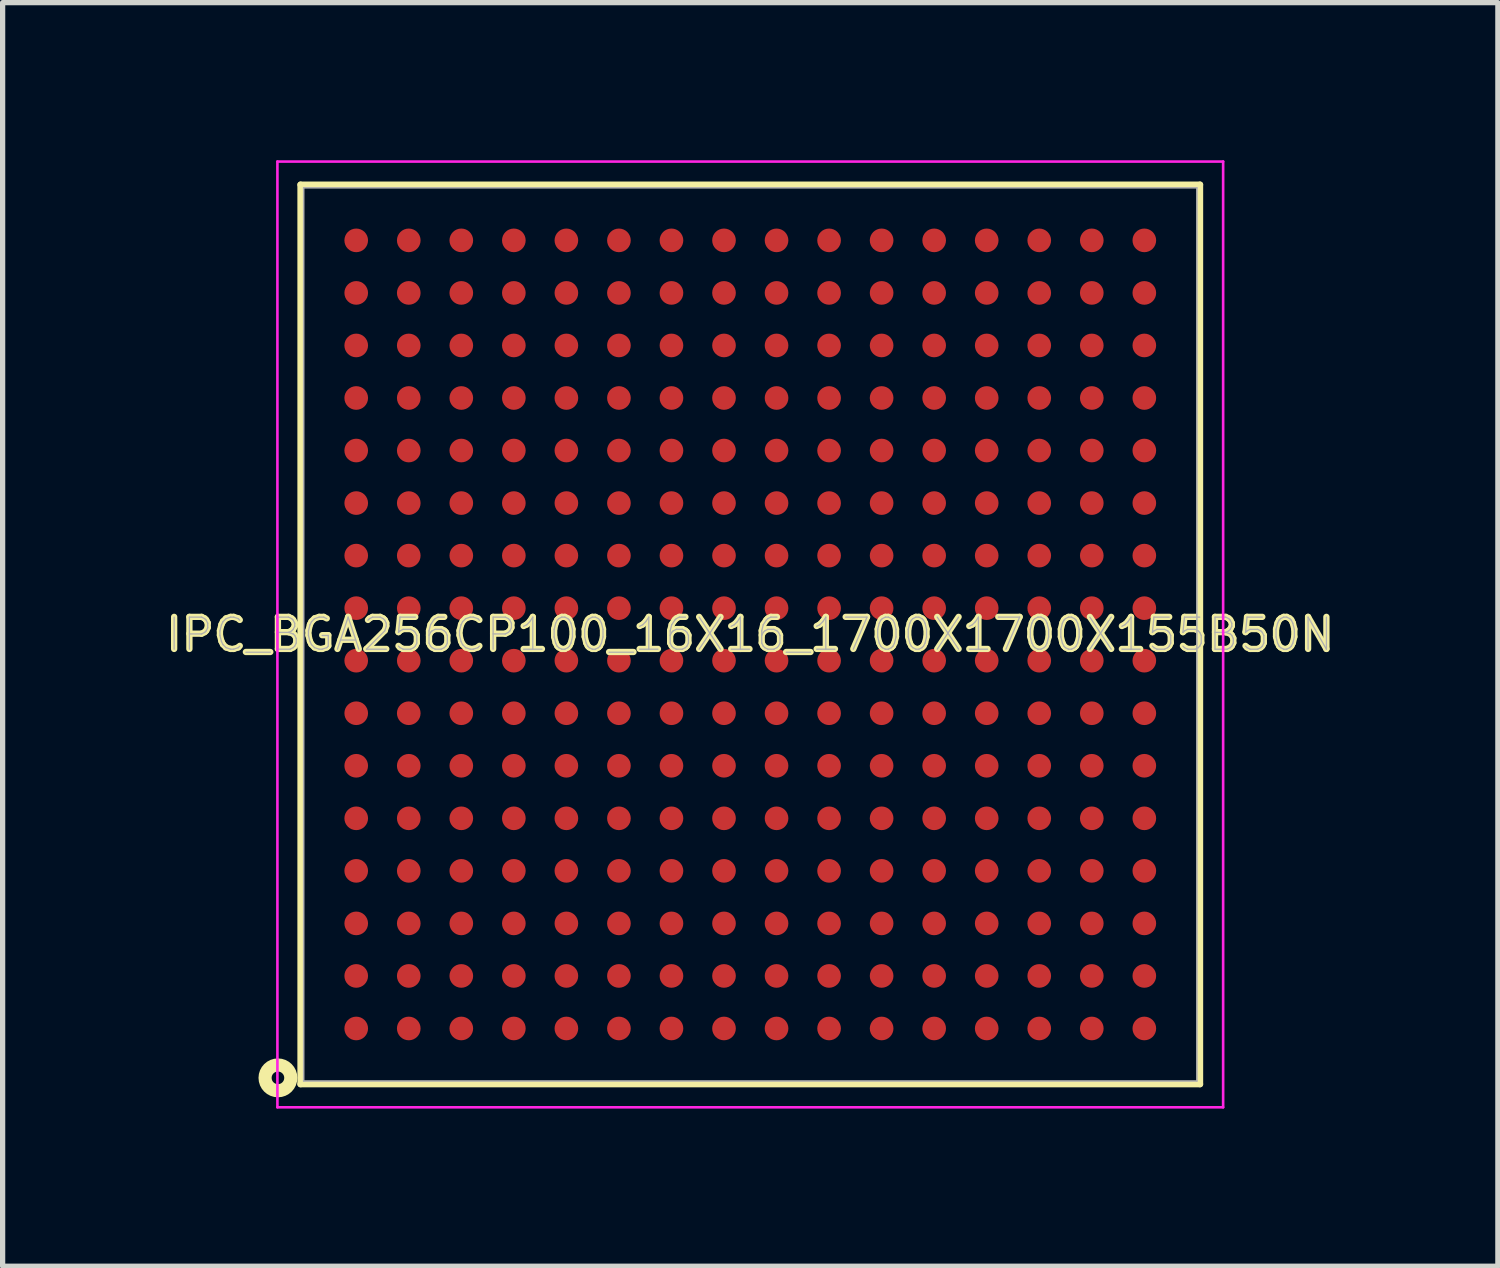
<source format=kicad_pcb>
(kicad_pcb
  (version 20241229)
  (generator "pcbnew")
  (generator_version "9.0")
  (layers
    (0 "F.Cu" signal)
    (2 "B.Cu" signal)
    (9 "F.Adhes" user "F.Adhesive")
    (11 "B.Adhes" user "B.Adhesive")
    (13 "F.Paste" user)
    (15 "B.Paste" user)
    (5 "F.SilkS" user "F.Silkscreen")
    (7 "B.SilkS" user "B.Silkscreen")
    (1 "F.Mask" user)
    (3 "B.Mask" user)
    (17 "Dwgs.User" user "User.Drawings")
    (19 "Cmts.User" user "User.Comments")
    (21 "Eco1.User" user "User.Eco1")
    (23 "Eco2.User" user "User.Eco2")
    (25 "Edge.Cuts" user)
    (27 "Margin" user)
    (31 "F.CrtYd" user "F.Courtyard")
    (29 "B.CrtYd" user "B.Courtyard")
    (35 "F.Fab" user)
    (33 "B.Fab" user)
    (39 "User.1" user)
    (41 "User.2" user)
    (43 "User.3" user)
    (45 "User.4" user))
  (footprint "IPC_BGA256CP100_16X16_1700X1700X155B50N"
    (layer "F.Cu")
    (at 11.23 9.025)
    (property "Reference" "IPC_BGA256CP100_16X16_1700X1700X155B50N" (at 0 0 0) (layer "F.SilkS") (effects (font (size 0.61 0.61) (thickness 0.12))))
    (attr smd)
    (fp_line (start -8.56 -8.56) (end -8.56 8.56) (stroke (width 0.12) (type solid)) (layer "F.SilkS"))
    (fp_line (start -8.56 8.56) (end 8.56 8.56) (stroke (width 0.12) (type solid)) (layer "F.SilkS"))
    (fp_line (start 8.56 -8.56) (end -8.56 -8.56) (stroke (width 0.12) (type solid)) (layer "F.SilkS"))
    (fp_line (start 8.56 8.56) (end 8.56 -8.56) (stroke (width 0.12) (type solid)) (layer "F.SilkS"))
    (fp_circle (center -8.99 8.44) (end -8.87 8.44) (stroke (width 0.25) (type solid)) (fill no) (layer "F.SilkS"))
    (fp_line (start -9 -9) (end 9 -9) (stroke (width 0.05) (type solid)) (layer "F.CrtYd"))
    (fp_line (start -9 9) (end -9 -9) (stroke (width 0.05) (type solid)) (layer "F.CrtYd"))
    (fp_line (start 9 -9) (end 9 9) (stroke (width 0.05) (type solid)) (layer "F.CrtYd"))
    (fp_line (start 9 9) (end -9 9) (stroke (width 0.05) (type solid)) (layer "F.CrtYd"))
    (fp_line (start -8.5 -8.5) (end 8.5 -8.5) (stroke (width 0.03) (type solid)) (layer "F.Fab"))
    (fp_line (start -8.5 8.5) (end -8.5 -8.5) (stroke (width 0.03) (type solid)) (layer "F.Fab"))
    (fp_line (start 8.5 -8.5) (end 8.5 8.5) (stroke (width 0.03) (type solid)) (layer "F.Fab"))
    (fp_line (start 8.5 8.5) (end -8.5 8.5) (stroke (width 0.03) (type solid)) (layer "F.Fab"))
    (fp_text user "${REFERENCE}" (at 0 0 0) (layer "F.Fab") (effects (font (size 0.61 0.61) (thickness 0.025))))
    (pad "A1" smd circle (at -7.5 7.5) (size 0.45 0.45) (layers "F.Cu" "F.Mask" "F.Paste"))
    (pad "A2" smd circle (at -7.5 6.5) (size 0.45 0.45) (layers "F.Cu" "F.Mask" "F.Paste"))
    (pad "A3" smd circle (at -7.5 5.5) (size 0.45 0.45) (layers "F.Cu" "F.Mask" "F.Paste"))
    (pad "A4" smd circle (at -7.5 4.5) (size 0.45 0.45) (layers "F.Cu" "F.Mask" "F.Paste"))
    (pad "A5" smd circle (at -7.5 3.5) (size 0.45 0.45) (layers "F.Cu" "F.Mask" "F.Paste"))
    (pad "A6" smd circle (at -7.5 2.5) (size 0.45 0.45) (layers "F.Cu" "F.Mask" "F.Paste"))
    (pad "A7" smd circle (at -7.5 1.5) (size 0.45 0.45) (layers "F.Cu" "F.Mask" "F.Paste"))
    (pad "A8" smd circle (at -7.5 0.5) (size 0.45 0.45) (layers "F.Cu" "F.Mask" "F.Paste"))
    (pad "A9" smd circle (at -7.5 -0.5) (size 0.45 0.45) (layers "F.Cu" "F.Mask" "F.Paste"))
    (pad "A10" smd circle (at -7.5 -1.5) (size 0.45 0.45) (layers "F.Cu" "F.Mask" "F.Paste"))
    (pad "A11" smd circle (at -7.5 -2.5) (size 0.45 0.45) (layers "F.Cu" "F.Mask" "F.Paste"))
    (pad "A12" smd circle (at -7.5 -3.5) (size 0.45 0.45) (layers "F.Cu" "F.Mask" "F.Paste"))
    (pad "A13" smd circle (at -7.5 -4.5) (size 0.45 0.45) (layers "F.Cu" "F.Mask" "F.Paste"))
    (pad "A14" smd circle (at -7.5 -5.5) (size 0.45 0.45) (layers "F.Cu" "F.Mask" "F.Paste"))
    (pad "A15" smd circle (at -7.5 -6.5) (size 0.45 0.45) (layers "F.Cu" "F.Mask" "F.Paste"))
    (pad "A16" smd circle (at -7.5 -7.5) (size 0.45 0.45) (layers "F.Cu" "F.Mask" "F.Paste"))
    (pad "B1" smd circle (at -6.5 7.5) (size 0.45 0.45) (layers "F.Cu" "F.Mask" "F.Paste"))
    (pad "B2" smd circle (at -6.5 6.5) (size 0.45 0.45) (layers "F.Cu" "F.Mask" "F.Paste"))
    (pad "B3" smd circle (at -6.5 5.5) (size 0.45 0.45) (layers "F.Cu" "F.Mask" "F.Paste"))
    (pad "B4" smd circle (at -6.5 4.5) (size 0.45 0.45) (layers "F.Cu" "F.Mask" "F.Paste"))
    (pad "B5" smd circle (at -6.5 3.5) (size 0.45 0.45) (layers "F.Cu" "F.Mask" "F.Paste"))
    (pad "B6" smd circle (at -6.5 2.5) (size 0.45 0.45) (layers "F.Cu" "F.Mask" "F.Paste"))
    (pad "B7" smd circle (at -6.5 1.5) (size 0.45 0.45) (layers "F.Cu" "F.Mask" "F.Paste"))
    (pad "B8" smd circle (at -6.5 0.5) (size 0.45 0.45) (layers "F.Cu" "F.Mask" "F.Paste"))
    (pad "B9" smd circle (at -6.5 -0.5) (size 0.45 0.45) (layers "F.Cu" "F.Mask" "F.Paste"))
    (pad "B10" smd circle (at -6.5 -1.5) (size 0.45 0.45) (layers "F.Cu" "F.Mask" "F.Paste"))
    (pad "B11" smd circle (at -6.5 -2.5) (size 0.45 0.45) (layers "F.Cu" "F.Mask" "F.Paste"))
    (pad "B12" smd circle (at -6.5 -3.5) (size 0.45 0.45) (layers "F.Cu" "F.Mask" "F.Paste"))
    (pad "B13" smd circle (at -6.5 -4.5) (size 0.45 0.45) (layers "F.Cu" "F.Mask" "F.Paste"))
    (pad "B14" smd circle (at -6.5 -5.5) (size 0.45 0.45) (layers "F.Cu" "F.Mask" "F.Paste"))
    (pad "B15" smd circle (at -6.5 -6.5) (size 0.45 0.45) (layers "F.Cu" "F.Mask" "F.Paste"))
    (pad "B16" smd circle (at -6.5 -7.5) (size 0.45 0.45) (layers "F.Cu" "F.Mask" "F.Paste"))
    (pad "C1" smd circle (at -5.5 7.5) (size 0.45 0.45) (layers "F.Cu" "F.Mask" "F.Paste"))
    (pad "C2" smd circle (at -5.5 6.5) (size 0.45 0.45) (layers "F.Cu" "F.Mask" "F.Paste"))
    (pad "C3" smd circle (at -5.5 5.5) (size 0.45 0.45) (layers "F.Cu" "F.Mask" "F.Paste"))
    (pad "C4" smd circle (at -5.5 4.5) (size 0.45 0.45) (layers "F.Cu" "F.Mask" "F.Paste"))
    (pad "C5" smd circle (at -5.5 3.5) (size 0.45 0.45) (layers "F.Cu" "F.Mask" "F.Paste"))
    (pad "C6" smd circle (at -5.5 2.5) (size 0.45 0.45) (layers "F.Cu" "F.Mask" "F.Paste"))
    (pad "C7" smd circle (at -5.5 1.5) (size 0.45 0.45) (layers "F.Cu" "F.Mask" "F.Paste"))
    (pad "C8" smd circle (at -5.5 0.5) (size 0.45 0.45) (layers "F.Cu" "F.Mask" "F.Paste"))
    (pad "C9" smd circle (at -5.5 -0.5) (size 0.45 0.45) (layers "F.Cu" "F.Mask" "F.Paste"))
    (pad "C10" smd circle (at -5.5 -1.5) (size 0.45 0.45) (layers "F.Cu" "F.Mask" "F.Paste"))
    (pad "C11" smd circle (at -5.5 -2.5) (size 0.45 0.45) (layers "F.Cu" "F.Mask" "F.Paste"))
    (pad "C12" smd circle (at -5.5 -3.5) (size 0.45 0.45) (layers "F.Cu" "F.Mask" "F.Paste"))
    (pad "C13" smd circle (at -5.5 -4.5) (size 0.45 0.45) (layers "F.Cu" "F.Mask" "F.Paste"))
    (pad "C14" smd circle (at -5.5 -5.5) (size 0.45 0.45) (layers "F.Cu" "F.Mask" "F.Paste"))
    (pad "C15" smd circle (at -5.5 -6.5) (size 0.45 0.45) (layers "F.Cu" "F.Mask" "F.Paste"))
    (pad "C16" smd circle (at -5.5 -7.5) (size 0.45 0.45) (layers "F.Cu" "F.Mask" "F.Paste"))
    (pad "D1" smd circle (at -4.5 7.5) (size 0.45 0.45) (layers "F.Cu" "F.Mask" "F.Paste"))
    (pad "D2" smd circle (at -4.5 6.5) (size 0.45 0.45) (layers "F.Cu" "F.Mask" "F.Paste"))
    (pad "D3" smd circle (at -4.5 5.5) (size 0.45 0.45) (layers "F.Cu" "F.Mask" "F.Paste"))
    (pad "D4" smd circle (at -4.5 4.5) (size 0.45 0.45) (layers "F.Cu" "F.Mask" "F.Paste"))
    (pad "D5" smd circle (at -4.5 3.5) (size 0.45 0.45) (layers "F.Cu" "F.Mask" "F.Paste"))
    (pad "D6" smd circle (at -4.5 2.5) (size 0.45 0.45) (layers "F.Cu" "F.Mask" "F.Paste"))
    (pad "D7" smd circle (at -4.5 1.5) (size 0.45 0.45) (layers "F.Cu" "F.Mask" "F.Paste"))
    (pad "D8" smd circle (at -4.5 0.5) (size 0.45 0.45) (layers "F.Cu" "F.Mask" "F.Paste"))
    (pad "D9" smd circle (at -4.5 -0.5) (size 0.45 0.45) (layers "F.Cu" "F.Mask" "F.Paste"))
    (pad "D10" smd circle (at -4.5 -1.5) (size 0.45 0.45) (layers "F.Cu" "F.Mask" "F.Paste"))
    (pad "D11" smd circle (at -4.5 -2.5) (size 0.45 0.45) (layers "F.Cu" "F.Mask" "F.Paste"))
    (pad "D12" smd circle (at -4.5 -3.5) (size 0.45 0.45) (layers "F.Cu" "F.Mask" "F.Paste"))
    (pad "D13" smd circle (at -4.5 -4.5) (size 0.45 0.45) (layers "F.Cu" "F.Mask" "F.Paste"))
    (pad "D14" smd circle (at -4.5 -5.5) (size 0.45 0.45) (layers "F.Cu" "F.Mask" "F.Paste"))
    (pad "D15" smd circle (at -4.5 -6.5) (size 0.45 0.45) (layers "F.Cu" "F.Mask" "F.Paste"))
    (pad "D16" smd circle (at -4.5 -7.5) (size 0.45 0.45) (layers "F.Cu" "F.Mask" "F.Paste"))
    (pad "E1" smd circle (at -3.5 7.5) (size 0.45 0.45) (layers "F.Cu" "F.Mask" "F.Paste"))
    (pad "E2" smd circle (at -3.5 6.5) (size 0.45 0.45) (layers "F.Cu" "F.Mask" "F.Paste"))
    (pad "E3" smd circle (at -3.5 5.5) (size 0.45 0.45) (layers "F.Cu" "F.Mask" "F.Paste"))
    (pad "E4" smd circle (at -3.5 4.5) (size 0.45 0.45) (layers "F.Cu" "F.Mask" "F.Paste"))
    (pad "E5" smd circle (at -3.5 3.5) (size 0.45 0.45) (layers "F.Cu" "F.Mask" "F.Paste"))
    (pad "E6" smd circle (at -3.5 2.5) (size 0.45 0.45) (layers "F.Cu" "F.Mask" "F.Paste"))
    (pad "E7" smd circle (at -3.5 1.5) (size 0.45 0.45) (layers "F.Cu" "F.Mask" "F.Paste"))
    (pad "E8" smd circle (at -3.5 0.5) (size 0.45 0.45) (layers "F.Cu" "F.Mask" "F.Paste"))
    (pad "E9" smd circle (at -3.5 -0.5) (size 0.45 0.45) (layers "F.Cu" "F.Mask" "F.Paste"))
    (pad "E10" smd circle (at -3.5 -1.5) (size 0.45 0.45) (layers "F.Cu" "F.Mask" "F.Paste"))
    (pad "E11" smd circle (at -3.5 -2.5) (size 0.45 0.45) (layers "F.Cu" "F.Mask" "F.Paste"))
    (pad "E12" smd circle (at -3.5 -3.5) (size 0.45 0.45) (layers "F.Cu" "F.Mask" "F.Paste"))
    (pad "E13" smd circle (at -3.5 -4.5) (size 0.45 0.45) (layers "F.Cu" "F.Mask" "F.Paste"))
    (pad "E14" smd circle (at -3.5 -5.5) (size 0.45 0.45) (layers "F.Cu" "F.Mask" "F.Paste"))
    (pad "E15" smd circle (at -3.5 -6.5) (size 0.45 0.45) (layers "F.Cu" "F.Mask" "F.Paste"))
    (pad "E16" smd circle (at -3.5 -7.5) (size 0.45 0.45) (layers "F.Cu" "F.Mask" "F.Paste"))
    (pad "F1" smd circle (at -2.5 7.5) (size 0.45 0.45) (layers "F.Cu" "F.Mask" "F.Paste"))
    (pad "F2" smd circle (at -2.5 6.5) (size 0.45 0.45) (layers "F.Cu" "F.Mask" "F.Paste"))
    (pad "F3" smd circle (at -2.5 5.5) (size 0.45 0.45) (layers "F.Cu" "F.Mask" "F.Paste"))
    (pad "F4" smd circle (at -2.5 4.5) (size 0.45 0.45) (layers "F.Cu" "F.Mask" "F.Paste"))
    (pad "F5" smd circle (at -2.5 3.5) (size 0.45 0.45) (layers "F.Cu" "F.Mask" "F.Paste"))
    (pad "F6" smd circle (at -2.5 2.5) (size 0.45 0.45) (layers "F.Cu" "F.Mask" "F.Paste"))
    (pad "F7" smd circle (at -2.5 1.5) (size 0.45 0.45) (layers "F.Cu" "F.Mask" "F.Paste"))
    (pad "F8" smd circle (at -2.5 0.5) (size 0.45 0.45) (layers "F.Cu" "F.Mask" "F.Paste"))
    (pad "F9" smd circle (at -2.5 -0.5) (size 0.45 0.45) (layers "F.Cu" "F.Mask" "F.Paste"))
    (pad "F10" smd circle (at -2.5 -1.5) (size 0.45 0.45) (layers "F.Cu" "F.Mask" "F.Paste"))
    (pad "F11" smd circle (at -2.5 -2.5) (size 0.45 0.45) (layers "F.Cu" "F.Mask" "F.Paste"))
    (pad "F12" smd circle (at -2.5 -3.5) (size 0.45 0.45) (layers "F.Cu" "F.Mask" "F.Paste"))
    (pad "F13" smd circle (at -2.5 -4.5) (size 0.45 0.45) (layers "F.Cu" "F.Mask" "F.Paste"))
    (pad "F14" smd circle (at -2.5 -5.5) (size 0.45 0.45) (layers "F.Cu" "F.Mask" "F.Paste"))
    (pad "F15" smd circle (at -2.5 -6.5) (size 0.45 0.45) (layers "F.Cu" "F.Mask" "F.Paste"))
    (pad "F16" smd circle (at -2.5 -7.5) (size 0.45 0.45) (layers "F.Cu" "F.Mask" "F.Paste"))
    (pad "G1" smd circle (at -1.5 7.5) (size 0.45 0.45) (layers "F.Cu" "F.Mask" "F.Paste"))
    (pad "G2" smd circle (at -1.5 6.5) (size 0.45 0.45) (layers "F.Cu" "F.Mask" "F.Paste"))
    (pad "G3" smd circle (at -1.5 5.5) (size 0.45 0.45) (layers "F.Cu" "F.Mask" "F.Paste"))
    (pad "G4" smd circle (at -1.5 4.5) (size 0.45 0.45) (layers "F.Cu" "F.Mask" "F.Paste"))
    (pad "G5" smd circle (at -1.5 3.5) (size 0.45 0.45) (layers "F.Cu" "F.Mask" "F.Paste"))
    (pad "G6" smd circle (at -1.5 2.5) (size 0.45 0.45) (layers "F.Cu" "F.Mask" "F.Paste"))
    (pad "G7" smd circle (at -1.5 1.5) (size 0.45 0.45) (layers "F.Cu" "F.Mask" "F.Paste"))
    (pad "G8" smd circle (at -1.5 0.5) (size 0.45 0.45) (layers "F.Cu" "F.Mask" "F.Paste"))
    (pad "G9" smd circle (at -1.5 -0.5) (size 0.45 0.45) (layers "F.Cu" "F.Mask" "F.Paste"))
    (pad "G10" smd circle (at -1.5 -1.5) (size 0.45 0.45) (layers "F.Cu" "F.Mask" "F.Paste"))
    (pad "G11" smd circle (at -1.5 -2.5) (size 0.45 0.45) (layers "F.Cu" "F.Mask" "F.Paste"))
    (pad "G12" smd circle (at -1.5 -3.5) (size 0.45 0.45) (layers "F.Cu" "F.Mask" "F.Paste"))
    (pad "G13" smd circle (at -1.5 -4.5) (size 0.45 0.45) (layers "F.Cu" "F.Mask" "F.Paste"))
    (pad "G14" smd circle (at -1.5 -5.5) (size 0.45 0.45) (layers "F.Cu" "F.Mask" "F.Paste"))
    (pad "G15" smd circle (at -1.5 -6.5) (size 0.45 0.45) (layers "F.Cu" "F.Mask" "F.Paste"))
    (pad "G16" smd circle (at -1.5 -7.5) (size 0.45 0.45) (layers "F.Cu" "F.Mask" "F.Paste"))
    (pad "H1" smd circle (at -0.5 7.5) (size 0.45 0.45) (layers "F.Cu" "F.Mask" "F.Paste"))
    (pad "H2" smd circle (at -0.5 6.5) (size 0.45 0.45) (layers "F.Cu" "F.Mask" "F.Paste"))
    (pad "H3" smd circle (at -0.5 5.5) (size 0.45 0.45) (layers "F.Cu" "F.Mask" "F.Paste"))
    (pad "H4" smd circle (at -0.5 4.5) (size 0.45 0.45) (layers "F.Cu" "F.Mask" "F.Paste"))
    (pad "H5" smd circle (at -0.5 3.5) (size 0.45 0.45) (layers "F.Cu" "F.Mask" "F.Paste"))
    (pad "H6" smd circle (at -0.5 2.5) (size 0.45 0.45) (layers "F.Cu" "F.Mask" "F.Paste"))
    (pad "H7" smd circle (at -0.5 1.5) (size 0.45 0.45) (layers "F.Cu" "F.Mask" "F.Paste"))
    (pad "H8" smd circle (at -0.5 0.5) (size 0.45 0.45) (layers "F.Cu" "F.Mask" "F.Paste"))
    (pad "H9" smd circle (at -0.5 -0.5) (size 0.45 0.45) (layers "F.Cu" "F.Mask" "F.Paste"))
    (pad "H10" smd circle (at -0.5 -1.5) (size 0.45 0.45) (layers "F.Cu" "F.Mask" "F.Paste"))
    (pad "H11" smd circle (at -0.5 -2.5) (size 0.45 0.45) (layers "F.Cu" "F.Mask" "F.Paste"))
    (pad "H12" smd circle (at -0.5 -3.5) (size 0.45 0.45) (layers "F.Cu" "F.Mask" "F.Paste"))
    (pad "H13" smd circle (at -0.5 -4.5) (size 0.45 0.45) (layers "F.Cu" "F.Mask" "F.Paste"))
    (pad "H14" smd circle (at -0.5 -5.5) (size 0.45 0.45) (layers "F.Cu" "F.Mask" "F.Paste"))
    (pad "H15" smd circle (at -0.5 -6.5) (size 0.45 0.45) (layers "F.Cu" "F.Mask" "F.Paste"))
    (pad "H16" smd circle (at -0.5 -7.5) (size 0.45 0.45) (layers "F.Cu" "F.Mask" "F.Paste"))
    (pad "J1" smd circle (at 0.5 7.5) (size 0.45 0.45) (layers "F.Cu" "F.Mask" "F.Paste"))
    (pad "J2" smd circle (at 0.5 6.5) (size 0.45 0.45) (layers "F.Cu" "F.Mask" "F.Paste"))
    (pad "J3" smd circle (at 0.5 5.5) (size 0.45 0.45) (layers "F.Cu" "F.Mask" "F.Paste"))
    (pad "J4" smd circle (at 0.5 4.5) (size 0.45 0.45) (layers "F.Cu" "F.Mask" "F.Paste"))
    (pad "J5" smd circle (at 0.5 3.5) (size 0.45 0.45) (layers "F.Cu" "F.Mask" "F.Paste"))
    (pad "J6" smd circle (at 0.5 2.5) (size 0.45 0.45) (layers "F.Cu" "F.Mask" "F.Paste"))
    (pad "J7" smd circle (at 0.5 1.5) (size 0.45 0.45) (layers "F.Cu" "F.Mask" "F.Paste"))
    (pad "J8" smd circle (at 0.5 0.5) (size 0.45 0.45) (layers "F.Cu" "F.Mask" "F.Paste"))
    (pad "J9" smd circle (at 0.5 -0.5) (size 0.45 0.45) (layers "F.Cu" "F.Mask" "F.Paste"))
    (pad "J10" smd circle (at 0.5 -1.5) (size 0.45 0.45) (layers "F.Cu" "F.Mask" "F.Paste"))
    (pad "J11" smd circle (at 0.5 -2.5) (size 0.45 0.45) (layers "F.Cu" "F.Mask" "F.Paste"))
    (pad "J12" smd circle (at 0.5 -3.5) (size 0.45 0.45) (layers "F.Cu" "F.Mask" "F.Paste"))
    (pad "J13" smd circle (at 0.5 -4.5) (size 0.45 0.45) (layers "F.Cu" "F.Mask" "F.Paste"))
    (pad "J14" smd circle (at 0.5 -5.5) (size 0.45 0.45) (layers "F.Cu" "F.Mask" "F.Paste"))
    (pad "J15" smd circle (at 0.5 -6.5) (size 0.45 0.45) (layers "F.Cu" "F.Mask" "F.Paste"))
    (pad "J16" smd circle (at 0.5 -7.5) (size 0.45 0.45) (layers "F.Cu" "F.Mask" "F.Paste"))
    (pad "K1" smd circle (at 1.5 7.5) (size 0.45 0.45) (layers "F.Cu" "F.Mask" "F.Paste"))
    (pad "K2" smd circle (at 1.5 6.5) (size 0.45 0.45) (layers "F.Cu" "F.Mask" "F.Paste"))
    (pad "K3" smd circle (at 1.5 5.5) (size 0.45 0.45) (layers "F.Cu" "F.Mask" "F.Paste"))
    (pad "K4" smd circle (at 1.5 4.5) (size 0.45 0.45) (layers "F.Cu" "F.Mask" "F.Paste"))
    (pad "K5" smd circle (at 1.5 3.5) (size 0.45 0.45) (layers "F.Cu" "F.Mask" "F.Paste"))
    (pad "K6" smd circle (at 1.5 2.5) (size 0.45 0.45) (layers "F.Cu" "F.Mask" "F.Paste"))
    (pad "K7" smd circle (at 1.5 1.5) (size 0.45 0.45) (layers "F.Cu" "F.Mask" "F.Paste"))
    (pad "K8" smd circle (at 1.5 0.5) (size 0.45 0.45) (layers "F.Cu" "F.Mask" "F.Paste"))
    (pad "K9" smd circle (at 1.5 -0.5) (size 0.45 0.45) (layers "F.Cu" "F.Mask" "F.Paste"))
    (pad "K10" smd circle (at 1.5 -1.5) (size 0.45 0.45) (layers "F.Cu" "F.Mask" "F.Paste"))
    (pad "K11" smd circle (at 1.5 -2.5) (size 0.45 0.45) (layers "F.Cu" "F.Mask" "F.Paste"))
    (pad "K12" smd circle (at 1.5 -3.5) (size 0.45 0.45) (layers "F.Cu" "F.Mask" "F.Paste"))
    (pad "K13" smd circle (at 1.5 -4.5) (size 0.45 0.45) (layers "F.Cu" "F.Mask" "F.Paste"))
    (pad "K14" smd circle (at 1.5 -5.5) (size 0.45 0.45) (layers "F.Cu" "F.Mask" "F.Paste"))
    (pad "K15" smd circle (at 1.5 -6.5) (size 0.45 0.45) (layers "F.Cu" "F.Mask" "F.Paste"))
    (pad "K16" smd circle (at 1.5 -7.5) (size 0.45 0.45) (layers "F.Cu" "F.Mask" "F.Paste"))
    (pad "L1" smd circle (at 2.5 7.5) (size 0.45 0.45) (layers "F.Cu" "F.Mask" "F.Paste"))
    (pad "L2" smd circle (at 2.5 6.5) (size 0.45 0.45) (layers "F.Cu" "F.Mask" "F.Paste"))
    (pad "L3" smd circle (at 2.5 5.5) (size 0.45 0.45) (layers "F.Cu" "F.Mask" "F.Paste"))
    (pad "L4" smd circle (at 2.5 4.5) (size 0.45 0.45) (layers "F.Cu" "F.Mask" "F.Paste"))
    (pad "L5" smd circle (at 2.5 3.5) (size 0.45 0.45) (layers "F.Cu" "F.Mask" "F.Paste"))
    (pad "L6" smd circle (at 2.5 2.5) (size 0.45 0.45) (layers "F.Cu" "F.Mask" "F.Paste"))
    (pad "L7" smd circle (at 2.5 1.5) (size 0.45 0.45) (layers "F.Cu" "F.Mask" "F.Paste"))
    (pad "L8" smd circle (at 2.5 0.5) (size 0.45 0.45) (layers "F.Cu" "F.Mask" "F.Paste"))
    (pad "L9" smd circle (at 2.5 -0.5) (size 0.45 0.45) (layers "F.Cu" "F.Mask" "F.Paste"))
    (pad "L10" smd circle (at 2.5 -1.5) (size 0.45 0.45) (layers "F.Cu" "F.Mask" "F.Paste"))
    (pad "L11" smd circle (at 2.5 -2.5) (size 0.45 0.45) (layers "F.Cu" "F.Mask" "F.Paste"))
    (pad "L12" smd circle (at 2.5 -3.5) (size 0.45 0.45) (layers "F.Cu" "F.Mask" "F.Paste"))
    (pad "L13" smd circle (at 2.5 -4.5) (size 0.45 0.45) (layers "F.Cu" "F.Mask" "F.Paste"))
    (pad "L14" smd circle (at 2.5 -5.5) (size 0.45 0.45) (layers "F.Cu" "F.Mask" "F.Paste"))
    (pad "L15" smd circle (at 2.5 -6.5) (size 0.45 0.45) (layers "F.Cu" "F.Mask" "F.Paste"))
    (pad "L16" smd circle (at 2.5 -7.5) (size 0.45 0.45) (layers "F.Cu" "F.Mask" "F.Paste"))
    (pad "M1" smd circle (at 3.5 7.5) (size 0.45 0.45) (layers "F.Cu" "F.Mask" "F.Paste"))
    (pad "M2" smd circle (at 3.5 6.5) (size 0.45 0.45) (layers "F.Cu" "F.Mask" "F.Paste"))
    (pad "M3" smd circle (at 3.5 5.5) (size 0.45 0.45) (layers "F.Cu" "F.Mask" "F.Paste"))
    (pad "M4" smd circle (at 3.5 4.5) (size 0.45 0.45) (layers "F.Cu" "F.Mask" "F.Paste"))
    (pad "M5" smd circle (at 3.5 3.5) (size 0.45 0.45) (layers "F.Cu" "F.Mask" "F.Paste"))
    (pad "M6" smd circle (at 3.5 2.5) (size 0.45 0.45) (layers "F.Cu" "F.Mask" "F.Paste"))
    (pad "M7" smd circle (at 3.5 1.5) (size 0.45 0.45) (layers "F.Cu" "F.Mask" "F.Paste"))
    (pad "M8" smd circle (at 3.5 0.5) (size 0.45 0.45) (layers "F.Cu" "F.Mask" "F.Paste"))
    (pad "M9" smd circle (at 3.5 -0.5) (size 0.45 0.45) (layers "F.Cu" "F.Mask" "F.Paste"))
    (pad "M10" smd circle (at 3.5 -1.5) (size 0.45 0.45) (layers "F.Cu" "F.Mask" "F.Paste"))
    (pad "M11" smd circle (at 3.5 -2.5) (size 0.45 0.45) (layers "F.Cu" "F.Mask" "F.Paste"))
    (pad "M12" smd circle (at 3.5 -3.5) (size 0.45 0.45) (layers "F.Cu" "F.Mask" "F.Paste"))
    (pad "M13" smd circle (at 3.5 -4.5) (size 0.45 0.45) (layers "F.Cu" "F.Mask" "F.Paste"))
    (pad "M14" smd circle (at 3.5 -5.5) (size 0.45 0.45) (layers "F.Cu" "F.Mask" "F.Paste"))
    (pad "M15" smd circle (at 3.5 -6.5) (size 0.45 0.45) (layers "F.Cu" "F.Mask" "F.Paste"))
    (pad "M16" smd circle (at 3.5 -7.5) (size 0.45 0.45) (layers "F.Cu" "F.Mask" "F.Paste"))
    (pad "N1" smd circle (at 4.5 7.5) (size 0.45 0.45) (layers "F.Cu" "F.Mask" "F.Paste"))
    (pad "N2" smd circle (at 4.5 6.5) (size 0.45 0.45) (layers "F.Cu" "F.Mask" "F.Paste"))
    (pad "N3" smd circle (at 4.5 5.5) (size 0.45 0.45) (layers "F.Cu" "F.Mask" "F.Paste"))
    (pad "N4" smd circle (at 4.5 4.5) (size 0.45 0.45) (layers "F.Cu" "F.Mask" "F.Paste"))
    (pad "N5" smd circle (at 4.5 3.5) (size 0.45 0.45) (layers "F.Cu" "F.Mask" "F.Paste"))
    (pad "N6" smd circle (at 4.5 2.5) (size 0.45 0.45) (layers "F.Cu" "F.Mask" "F.Paste"))
    (pad "N7" smd circle (at 4.5 1.5) (size 0.45 0.45) (layers "F.Cu" "F.Mask" "F.Paste"))
    (pad "N8" smd circle (at 4.5 0.5) (size 0.45 0.45) (layers "F.Cu" "F.Mask" "F.Paste"))
    (pad "N9" smd circle (at 4.5 -0.5) (size 0.45 0.45) (layers "F.Cu" "F.Mask" "F.Paste"))
    (pad "N10" smd circle (at 4.5 -1.5) (size 0.45 0.45) (layers "F.Cu" "F.Mask" "F.Paste"))
    (pad "N11" smd circle (at 4.5 -2.5) (size 0.45 0.45) (layers "F.Cu" "F.Mask" "F.Paste"))
    (pad "N12" smd circle (at 4.5 -3.5) (size 0.45 0.45) (layers "F.Cu" "F.Mask" "F.Paste"))
    (pad "N13" smd circle (at 4.5 -4.5) (size 0.45 0.45) (layers "F.Cu" "F.Mask" "F.Paste"))
    (pad "N14" smd circle (at 4.5 -5.5) (size 0.45 0.45) (layers "F.Cu" "F.Mask" "F.Paste"))
    (pad "N15" smd circle (at 4.5 -6.5) (size 0.45 0.45) (layers "F.Cu" "F.Mask" "F.Paste"))
    (pad "N16" smd circle (at 4.5 -7.5) (size 0.45 0.45) (layers "F.Cu" "F.Mask" "F.Paste"))
    (pad "P1" smd circle (at 5.5 7.5) (size 0.45 0.45) (layers "F.Cu" "F.Mask" "F.Paste"))
    (pad "P2" smd circle (at 5.5 6.5) (size 0.45 0.45) (layers "F.Cu" "F.Mask" "F.Paste"))
    (pad "P3" smd circle (at 5.5 5.5) (size 0.45 0.45) (layers "F.Cu" "F.Mask" "F.Paste"))
    (pad "P4" smd circle (at 5.5 4.5) (size 0.45 0.45) (layers "F.Cu" "F.Mask" "F.Paste"))
    (pad "P5" smd circle (at 5.5 3.5) (size 0.45 0.45) (layers "F.Cu" "F.Mask" "F.Paste"))
    (pad "P6" smd circle (at 5.5 2.5) (size 0.45 0.45) (layers "F.Cu" "F.Mask" "F.Paste"))
    (pad "P7" smd circle (at 5.5 1.5) (size 0.45 0.45) (layers "F.Cu" "F.Mask" "F.Paste"))
    (pad "P8" smd circle (at 5.5 0.5) (size 0.45 0.45) (layers "F.Cu" "F.Mask" "F.Paste"))
    (pad "P9" smd circle (at 5.5 -0.5) (size 0.45 0.45) (layers "F.Cu" "F.Mask" "F.Paste"))
    (pad "P10" smd circle (at 5.5 -1.5) (size 0.45 0.45) (layers "F.Cu" "F.Mask" "F.Paste"))
    (pad "P11" smd circle (at 5.5 -2.5) (size 0.45 0.45) (layers "F.Cu" "F.Mask" "F.Paste"))
    (pad "P12" smd circle (at 5.5 -3.5) (size 0.45 0.45) (layers "F.Cu" "F.Mask" "F.Paste"))
    (pad "P13" smd circle (at 5.5 -4.5) (size 0.45 0.45) (layers "F.Cu" "F.Mask" "F.Paste"))
    (pad "P14" smd circle (at 5.5 -5.5) (size 0.45 0.45) (layers "F.Cu" "F.Mask" "F.Paste"))
    (pad "P15" smd circle (at 5.5 -6.5) (size 0.45 0.45) (layers "F.Cu" "F.Mask" "F.Paste"))
    (pad "P16" smd circle (at 5.5 -7.5) (size 0.45 0.45) (layers "F.Cu" "F.Mask" "F.Paste"))
    (pad "R1" smd circle (at 6.5 7.5) (size 0.45 0.45) (layers "F.Cu" "F.Mask" "F.Paste"))
    (pad "R2" smd circle (at 6.5 6.5) (size 0.45 0.45) (layers "F.Cu" "F.Mask" "F.Paste"))
    (pad "R3" smd circle (at 6.5 5.5) (size 0.45 0.45) (layers "F.Cu" "F.Mask" "F.Paste"))
    (pad "R4" smd circle (at 6.5 4.5) (size 0.45 0.45) (layers "F.Cu" "F.Mask" "F.Paste"))
    (pad "R5" smd circle (at 6.5 3.5) (size 0.45 0.45) (layers "F.Cu" "F.Mask" "F.Paste"))
    (pad "R6" smd circle (at 6.5 2.5) (size 0.45 0.45) (layers "F.Cu" "F.Mask" "F.Paste"))
    (pad "R7" smd circle (at 6.5 1.5) (size 0.45 0.45) (layers "F.Cu" "F.Mask" "F.Paste"))
    (pad "R8" smd circle (at 6.5 0.5) (size 0.45 0.45) (layers "F.Cu" "F.Mask" "F.Paste"))
    (pad "R9" smd circle (at 6.5 -0.5) (size 0.45 0.45) (layers "F.Cu" "F.Mask" "F.Paste"))
    (pad "R10" smd circle (at 6.5 -1.5) (size 0.45 0.45) (layers "F.Cu" "F.Mask" "F.Paste"))
    (pad "R11" smd circle (at 6.5 -2.5) (size 0.45 0.45) (layers "F.Cu" "F.Mask" "F.Paste"))
    (pad "R12" smd circle (at 6.5 -3.5) (size 0.45 0.45) (layers "F.Cu" "F.Mask" "F.Paste"))
    (pad "R13" smd circle (at 6.5 -4.5) (size 0.45 0.45) (layers "F.Cu" "F.Mask" "F.Paste"))
    (pad "R14" smd circle (at 6.5 -5.5) (size 0.45 0.45) (layers "F.Cu" "F.Mask" "F.Paste"))
    (pad "R15" smd circle (at 6.5 -6.5) (size 0.45 0.45) (layers "F.Cu" "F.Mask" "F.Paste"))
    (pad "R16" smd circle (at 6.5 -7.5) (size 0.45 0.45) (layers "F.Cu" "F.Mask" "F.Paste"))
    (pad "T1" smd circle (at 7.5 7.5) (size 0.45 0.45) (layers "F.Cu" "F.Mask" "F.Paste"))
    (pad "T2" smd circle (at 7.5 6.5) (size 0.45 0.45) (layers "F.Cu" "F.Mask" "F.Paste"))
    (pad "T3" smd circle (at 7.5 5.5) (size 0.45 0.45) (layers "F.Cu" "F.Mask" "F.Paste"))
    (pad "T4" smd circle (at 7.5 4.5) (size 0.45 0.45) (layers "F.Cu" "F.Mask" "F.Paste"))
    (pad "T5" smd circle (at 7.5 3.5) (size 0.45 0.45) (layers "F.Cu" "F.Mask" "F.Paste"))
    (pad "T6" smd circle (at 7.5 2.5) (size 0.45 0.45) (layers "F.Cu" "F.Mask" "F.Paste"))
    (pad "T7" smd circle (at 7.5 1.5) (size 0.45 0.45) (layers "F.Cu" "F.Mask" "F.Paste"))
    (pad "T8" smd circle (at 7.5 0.5) (size 0.45 0.45) (layers "F.Cu" "F.Mask" "F.Paste"))
    (pad "T9" smd circle (at 7.5 -0.5) (size 0.45 0.45) (layers "F.Cu" "F.Mask" "F.Paste"))
    (pad "T10" smd circle (at 7.5 -1.5) (size 0.45 0.45) (layers "F.Cu" "F.Mask" "F.Paste"))
    (pad "T11" smd circle (at 7.5 -2.5) (size 0.45 0.45) (layers "F.Cu" "F.Mask" "F.Paste"))
    (pad "T12" smd circle (at 7.5 -3.5) (size 0.45 0.45) (layers "F.Cu" "F.Mask" "F.Paste"))
    (pad "T13" smd circle (at 7.5 -4.5) (size 0.45 0.45) (layers "F.Cu" "F.Mask" "F.Paste"))
    (pad "T14" smd circle (at 7.5 -5.5) (size 0.45 0.45) (layers "F.Cu" "F.Mask" "F.Paste"))
    (pad "T15" smd circle (at 7.5 -6.5) (size 0.45 0.45) (layers "F.Cu" "F.Mask" "F.Paste"))
    (pad "T16" smd circle (at 7.5 -7.5) (size 0.45 0.45) (layers "F.Cu" "F.Mask" "F.Paste")))
  (gr_rect
    (start -3 -3)
    (end 25.459 21.05)
    (stroke (width 0.1) (type default))
    (fill no)
    (layer "Edge.Cuts")))
</source>
